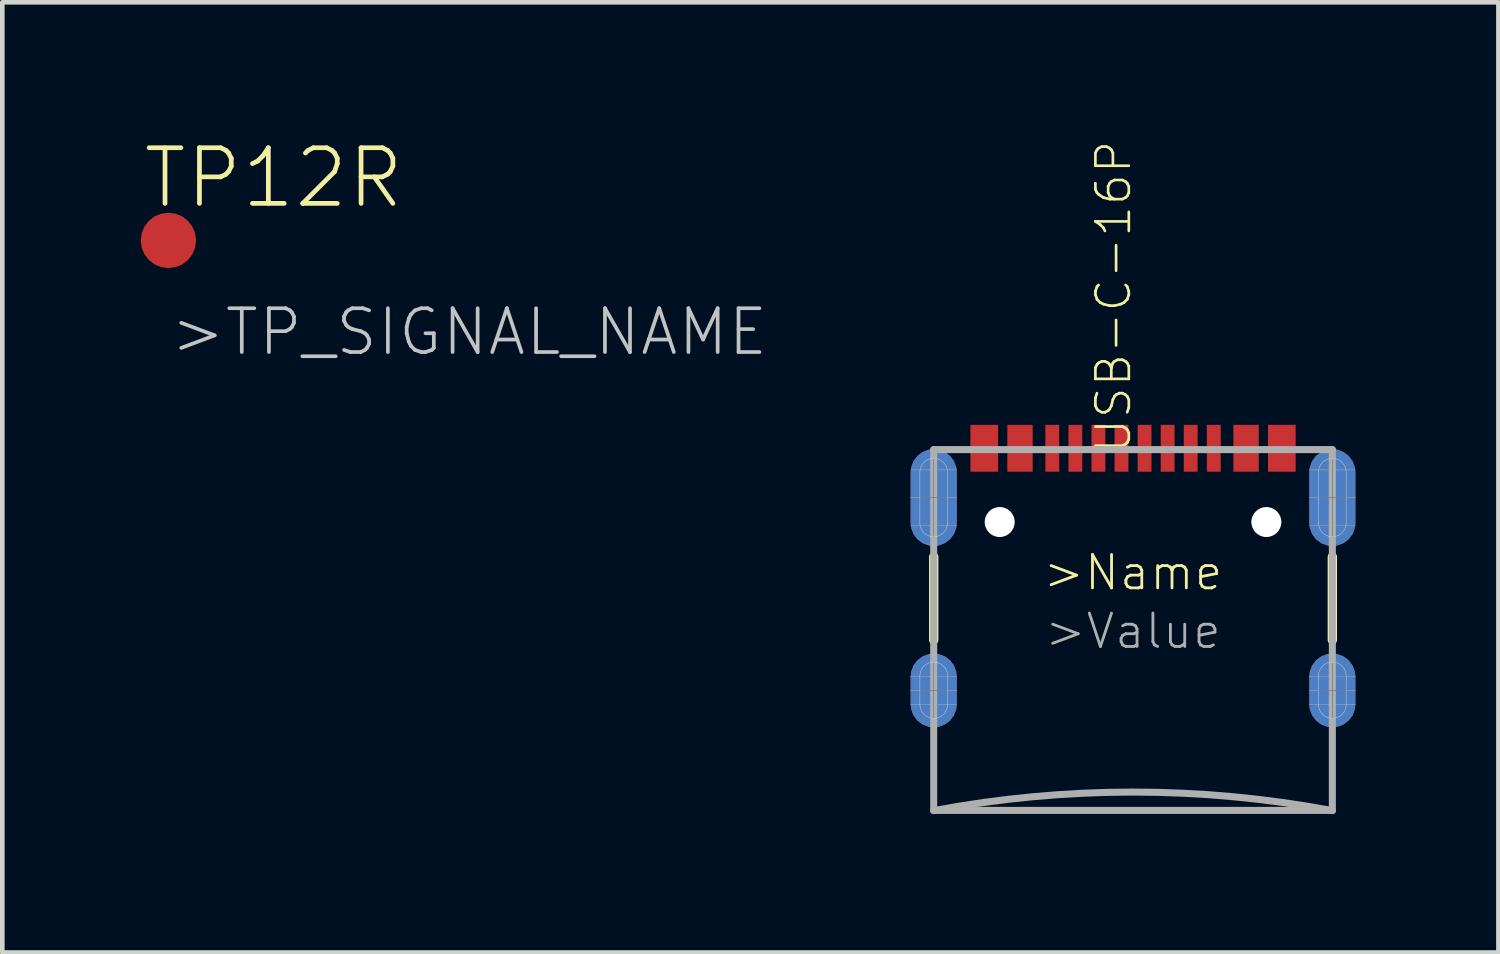
<source format=kicad_pcb>
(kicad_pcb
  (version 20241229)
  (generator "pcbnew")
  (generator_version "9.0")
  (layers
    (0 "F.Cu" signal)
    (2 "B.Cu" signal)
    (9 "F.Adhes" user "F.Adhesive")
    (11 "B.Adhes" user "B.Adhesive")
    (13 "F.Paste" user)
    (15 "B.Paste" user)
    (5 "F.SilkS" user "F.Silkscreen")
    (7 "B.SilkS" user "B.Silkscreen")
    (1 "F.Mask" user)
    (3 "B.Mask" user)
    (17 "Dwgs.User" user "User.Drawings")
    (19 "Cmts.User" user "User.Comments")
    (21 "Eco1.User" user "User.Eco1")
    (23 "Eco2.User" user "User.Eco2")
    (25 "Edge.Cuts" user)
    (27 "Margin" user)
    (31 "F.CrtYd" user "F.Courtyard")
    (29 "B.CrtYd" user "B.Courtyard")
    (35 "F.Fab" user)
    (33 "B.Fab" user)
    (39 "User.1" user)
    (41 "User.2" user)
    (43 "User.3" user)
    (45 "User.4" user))
  (footprint "USB-C-16P"
    (layer "F.Cu")
    (at 21.508 6.82)
    (property "Reference" "USB-C-16P" (at 0 0 90) (layer "F.SilkS") (effects (font (size 0.724 0.724) (thickness 0.058)) (justify left bottom)))
    (attr through_hole)
    (fp_poly (pts (xy -4.92 1.52) (xy -4.92 0.32) (xy -4.885 0.143) (xy -4.796 -0.015) (xy -4.664 -0.138) (xy -4.32 -0.235) (xy -4.14 -0.214) (xy -3.976 -0.138) (xy -3.844 -0.015) (xy -3.755 0.143) (xy -3.72 0.32) (xy -3.72 1.52) (xy -3.757 1.696) (xy -3.846 1.851) (xy -3.978 1.972) (xy -4.32 2.065) (xy -4.498 2.045) (xy -4.662 1.972) (xy -4.794 1.851)) (stroke (width 0) (type solid)) (fill yes) (layer "F.Mask"))
    (fp_poly (pts (xy -4.92 5.4) (xy -4.92 4.8) (xy -4.891 4.614) (xy -4.806 4.445) (xy -4.674 4.312) (xy -4.506 4.225) (xy -4.32 4.195) (xy -4.134 4.225) (xy -3.966 4.312) (xy -3.834 4.445) (xy -3.72 4.8) (xy -3.72 5.4) (xy -3.75 5.585) (xy -3.836 5.751) (xy -3.968 5.882) (xy -4.32 5.995) (xy -4.505 5.967) (xy -4.672 5.882) (xy -4.804 5.751)) (stroke (width 0) (type solid)) (fill yes) (layer "F.Mask"))
    (fp_poly (pts (xy 3.72 1.52) (xy 3.72 0.32) (xy 3.755 0.143) (xy 3.844 -0.015) (xy 3.976 -0.138) (xy 4.32 -0.235) (xy 4.5 -0.214) (xy 4.664 -0.138) (xy 4.796 -0.015) (xy 4.885 0.143) (xy 4.92 0.32) (xy 4.92 1.52) (xy 4.883 1.696) (xy 4.794 1.851) (xy 4.662 1.972) (xy 4.32 2.065) (xy 4.142 2.045) (xy 3.978 1.972) (xy 3.846 1.851)) (stroke (width 0) (type solid)) (fill yes) (layer "F.Mask"))
    (fp_poly (pts (xy 3.72 5.4) (xy 3.72 4.8) (xy 3.749 4.614) (xy 3.834 4.445) (xy 3.966 4.312) (xy 4.134 4.225) (xy 4.32 4.195) (xy 4.506 4.225) (xy 4.674 4.312) (xy 4.806 4.445) (xy 4.92 4.8) (xy 4.92 5.4) (xy 4.89 5.585) (xy 4.804 5.751) (xy 4.672 5.882) (xy 4.32 5.995) (xy 4.135 5.967) (xy 3.968 5.882) (xy 3.836 5.751)) (stroke (width 0) (type solid)) (fill yes) (layer "F.Mask"))
    (fp_poly (pts (xy -4.02 1.465) (xy -4.043 1.58) (xy -4.108 1.677) (xy -4.205 1.742) (xy -4.32 1.765) (xy -4.435 1.742) (xy -4.532 1.677) (xy -4.62 1.465) (xy -4.62 0.365) (xy -4.597 0.25) (xy -4.532 0.153) (xy -4.435 0.088) (xy -4.32 0.065) (xy -4.205 0.088) (xy -4.108 0.153) (xy -4.02 0.365)) (stroke (width 0) (type solid)) (fill yes) (layer "B.Mask"))
    (fp_poly (pts (xy -4.02 5.4) (xy -4.043 5.515) (xy -4.108 5.612) (xy -4.205 5.677) (xy -4.32 5.7) (xy -4.435 5.677) (xy -4.532 5.612) (xy -4.62 5.4) (xy -4.62 4.78) (xy -4.597 4.665) (xy -4.532 4.568) (xy -4.435 4.503) (xy -4.32 4.48) (xy -4.205 4.503) (xy -4.108 4.568) (xy -4.02 4.78)) (stroke (width 0) (type solid)) (fill yes) (layer "B.Mask"))
    (fp_poly (pts (xy 4.02 4.78) (xy 4.02 5.4) (xy 4.043 5.515) (xy 4.108 5.612) (xy 4.205 5.677) (xy 4.32 5.7) (xy 4.435 5.677) (xy 4.532 5.612) (xy 4.62 5.4) (xy 4.62 4.78) (xy 4.597 4.665) (xy 4.532 4.568) (xy 4.435 4.503) (xy 4.32 4.48) (xy 4.205 4.503) (xy 4.108 4.568)) (stroke (width 0) (type solid)) (fill yes) (layer "B.Mask"))
    (fp_poly (pts (xy 4.62 1.465) (xy 4.597 1.58) (xy 4.532 1.677) (xy 4.435 1.742) (xy 4.32 1.765) (xy 4.205 1.742) (xy 4.108 1.677) (xy 4.02 1.465) (xy 4.02 0.365) (xy 4.043 0.25) (xy 4.108 0.153) (xy 4.205 0.088) (xy 4.32 0.065) (xy 4.435 0.088) (xy 4.532 0.153) (xy 4.62 0.365)) (stroke (width 0) (type solid)) (fill yes) (layer "B.Mask"))
    (fp_line (start -4.32 2.2) (end -4.32 4) (stroke (width 0.203) (type solid)) (layer "F.SilkS"))
    (fp_line (start 4.32 2.2) (end 4.32 4) (stroke (width 0.203) (type solid)) (layer "F.SilkS"))
    (fp_poly (pts (xy -4.92 1.52) (xy -4.92 0.32) (xy -4.885 0.143) (xy -4.796 -0.015) (xy -4.664 -0.138) (xy -4.32 -0.235) (xy -4.14 -0.214) (xy -3.976 -0.138) (xy -3.844 -0.015) (xy -3.755 0.143) (xy -3.72 0.32) (xy -3.72 1.52) (xy -3.757 1.696) (xy -3.846 1.851) (xy -3.978 1.972) (xy -4.32 2.065) (xy -4.498 2.045) (xy -4.662 1.972) (xy -4.794 1.851)) (stroke (width 0) (type solid)) (fill yes) (layer "F.Paste"))
    (fp_poly (pts (xy -4.92 5.4) (xy -4.92 4.8) (xy -4.891 4.614) (xy -4.806 4.445) (xy -4.674 4.312) (xy -4.506 4.225) (xy -4.32 4.195) (xy -4.134 4.225) (xy -3.966 4.312) (xy -3.834 4.445) (xy -3.72 4.8) (xy -3.72 5.4) (xy -3.75 5.585) (xy -3.836 5.751) (xy -3.968 5.882) (xy -4.32 5.995) (xy -4.505 5.967) (xy -4.672 5.882) (xy -4.804 5.751)) (stroke (width 0) (type solid)) (fill yes) (layer "F.Paste"))
    (fp_poly (pts (xy 3.72 1.52) (xy 3.72 0.32) (xy 3.755 0.143) (xy 3.844 -0.015) (xy 3.976 -0.138) (xy 4.32 -0.235) (xy 4.5 -0.214) (xy 4.664 -0.138) (xy 4.796 -0.015) (xy 4.885 0.143) (xy 4.92 0.32) (xy 4.92 1.52) (xy 4.883 1.696) (xy 4.794 1.851) (xy 4.662 1.972) (xy 4.32 2.065) (xy 4.142 2.045) (xy 3.978 1.972) (xy 3.846 1.851)) (stroke (width 0) (type solid)) (fill yes) (layer "F.Paste"))
    (fp_poly (pts (xy 3.72 5.4) (xy 3.72 4.8) (xy 3.749 4.614) (xy 3.834 4.445) (xy 3.966 4.312) (xy 4.134 4.225) (xy 4.32 4.195) (xy 4.506 4.225) (xy 4.674 4.312) (xy 4.806 4.445) (xy 4.92 4.8) (xy 4.92 5.4) (xy 4.89 5.585) (xy 4.804 5.751) (xy 4.672 5.882) (xy 4.32 5.995) (xy 4.135 5.967) (xy 3.968 5.882) (xy 3.836 5.751)) (stroke (width 0) (type solid)) (fill yes) (layer "F.Paste"))
    (fp_line (start -4.62 1.465) (end -4.62 0.365) (stroke (width 0.01) (type solid)) (layer "Edge.Cuts"))
    (fp_line (start -4.62 5.4) (end -4.62 4.78) (stroke (width 0.01) (type solid)) (layer "Edge.Cuts"))
    (fp_line (start -4.02 1.465) (end -4.02 0.365) (stroke (width 0.01) (type solid)) (layer "Edge.Cuts"))
    (fp_line (start -4.02 5.4) (end -4.02 4.78) (stroke (width 0.01) (type solid)) (layer "Edge.Cuts"))
    (fp_line (start 4.02 1.465) (end 4.02 0.365) (stroke (width 0.01) (type solid)) (layer "Edge.Cuts"))
    (fp_line (start 4.02 5.4) (end 4.02 4.78) (stroke (width 0.01) (type solid)) (layer "Edge.Cuts"))
    (fp_line (start 4.62 1.465) (end 4.62 0.365) (stroke (width 0.01) (type solid)) (layer "Edge.Cuts"))
    (fp_line (start 4.62 5.4) (end 4.62 4.78) (stroke (width 0.01) (type solid)) (layer "Edge.Cuts"))
    (fp_arc (start -4.62 0.365) (mid -4.32 0.065) (end -4.02 0.365) (stroke (width 0.01) (type solid)) (layer "Edge.Cuts"))
    (fp_arc (start -4.62 4.78) (mid -4.32 4.48) (end -4.02 4.78) (stroke (width 0.01) (type solid)) (layer "Edge.Cuts"))
    (fp_arc (start -4.02 1.465) (mid -4.32 1.765) (end -4.62 1.465) (stroke (width 0.01) (type solid)) (layer "Edge.Cuts"))
    (fp_arc (start -4.02 5.4) (mid -4.32 5.7) (end -4.62 5.4) (stroke (width 0.01) (type solid)) (layer "Edge.Cuts"))
    (fp_arc (start 4.02 0.365) (mid 4.32 0.065) (end 4.62 0.365) (stroke (width 0.01) (type solid)) (layer "Edge.Cuts"))
    (fp_arc (start 4.02 4.78) (mid 4.32 4.48) (end 4.62 4.78) (stroke (width 0.01) (type solid)) (layer "Edge.Cuts"))
    (fp_arc (start 4.62 1.465) (mid 4.32 1.765) (end 4.02 1.465) (stroke (width 0.01) (type solid)) (layer "Edge.Cuts"))
    (fp_arc (start 4.62 5.4) (mid 4.32 5.7) (end 4.02 5.4) (stroke (width 0.01) (type solid)) (layer "Edge.Cuts"))
    (fp_line (start -4.62 0.915) (end -4.02 0.915) (stroke (width 0.01) (type solid)) (layer "B.Fab"))
    (fp_line (start -4.62 5.095) (end -4.02 5.095) (stroke (width 0.01) (type solid)) (layer "B.Fab"))
    (fp_line (start -4.32 0.065) (end -4.32 1.765) (stroke (width 0.01) (type solid)) (layer "B.Fab"))
    (fp_line (start -4.32 4.495) (end -4.32 5.695) (stroke (width 0.01) (type solid)) (layer "B.Fab"))
    (fp_line (start 4.02 0.915) (end 4.62 0.915) (stroke (width 0.01) (type solid)) (layer "B.Fab"))
    (fp_line (start 4.02 5.095) (end 4.62 5.095) (stroke (width 0.01) (type solid)) (layer "B.Fab"))
    (fp_line (start 4.32 0.065) (end 4.32 1.765) (stroke (width 0.01) (type solid)) (layer "B.Fab"))
    (fp_line (start 4.32 4.495) (end 4.32 5.695) (stroke (width 0.01) (type solid)) (layer "B.Fab"))
    (fp_line (start -4.82 0.315) (end -3.82 0.315) (stroke (width 0.01) (type solid)) (layer "F.Fab"))
    (fp_line (start -4.82 0.915) (end -3.82 0.915) (stroke (width 0.01) (type solid)) (layer "F.Fab"))
    (fp_line (start -4.82 1.515) (end -3.82 1.515) (stroke (width 0.01) (type solid)) (layer "F.Fab"))
    (fp_line (start -4.82 4.795) (end -3.82 4.795) (stroke (width 0.01) (type solid)) (layer "F.Fab"))
    (fp_line (start -4.82 5.095) (end -3.82 5.095) (stroke (width 0.01) (type solid)) (layer "F.Fab"))
    (fp_line (start -4.82 5.395) (end -3.82 5.395) (stroke (width 0.01) (type solid)) (layer "F.Fab"))
    (fp_line (start -4.32 -0.135) (end -4.32 -0.125) (stroke (width 0.01) (type solid)) (layer "F.Fab"))
    (fp_line (start -4.32 -0.125) (end -4.32 1.965) (stroke (width 0.01) (type solid)) (layer "F.Fab"))
    (fp_line (start -4.32 -0.125) (end 4.32 -0.125) (stroke (width 0.152) (type solid)) (layer "F.Fab"))
    (fp_line (start -4.32 4.295) (end -4.32 5.895) (stroke (width 0.01) (type solid)) (layer "F.Fab"))
    (fp_line (start -4.32 7.695) (end -4.32 -0.125) (stroke (width 0.152) (type solid)) (layer "F.Fab"))
    (fp_line (start -4.32 7.695) (end 4.32 7.695) (stroke (width 0.152) (type solid)) (layer "F.Fab"))
    (fp_line (start 3.82 0.315) (end 4.82 0.315) (stroke (width 0.01) (type solid)) (layer "F.Fab"))
    (fp_line (start 3.82 0.915) (end 4.82 0.915) (stroke (width 0.01) (type solid)) (layer "F.Fab"))
    (fp_line (start 3.82 1.515) (end 4.82 1.515) (stroke (width 0.01) (type solid)) (layer "F.Fab"))
    (fp_line (start 3.82 4.795) (end 4.82 4.795) (stroke (width 0.01) (type solid)) (layer "F.Fab"))
    (fp_line (start 3.82 5.095) (end 4.82 5.095) (stroke (width 0.01) (type solid)) (layer "F.Fab"))
    (fp_line (start 3.82 5.395) (end 4.82 5.395) (stroke (width 0.01) (type solid)) (layer "F.Fab"))
    (fp_line (start 4.32 -0.135) (end 4.32 -0.125) (stroke (width 0.01) (type solid)) (layer "F.Fab"))
    (fp_line (start 4.32 -0.125) (end 4.32 1.965) (stroke (width 0.01) (type solid)) (layer "F.Fab"))
    (fp_line (start 4.32 -0.125) (end 4.32 7.695) (stroke (width 0.152) (type solid)) (layer "F.Fab"))
    (fp_line (start 4.32 4.295) (end 4.32 5.895) (stroke (width 0.01) (type solid)) (layer "F.Fab"))
    (fp_arc (start -4.32 7.7) (mid 0 7.297675) (end 4.32 7.7) (stroke (width 0.1524) (type solid)) (layer "F.Fab"))
    (fp_text user ">Name" (at 0 2.54 0) (layer "F.SilkS") (effects (font (size 0.724 0.724) (thickness 0.061))))
    (fp_text user ">Value" (at 0 3.81 0) (layer "F.Fab") (effects (font (size 0.724 0.724) (thickness 0.061))))
    (pad "" np_thru_hole circle (at -2.89 1.445) (size 0.65 0.65) (drill 0.65) (layers "*.Cu" "*.Mask"))
    (pad "" np_thru_hole circle (at 2.89 1.445) (size 0.65 0.65) (drill 0.65) (layers "*.Cu" "*.Mask"))
    (pad "A5" smd rect (at -1.25 -0.154 180) (size 0.3 1.016) (layers "F.Cu" "F.Mask" "F.Paste"))
    (pad "A6" smd rect (at -0.25 -0.154 180) (size 0.3 1.016) (layers "F.Cu" "F.Mask" "F.Paste"))
    (pad "A7" smd rect (at 0.25 -0.154) (size 0.3 1.016) (layers "F.Cu" "F.Mask" "F.Paste"))
    (pad "A8" smd rect (at 1.25 -0.154) (size 0.3 1.016) (layers "F.Cu" "F.Mask" "F.Paste"))
    (pad "B5" smd rect (at 1.75 -0.154) (size 0.3 1.016) (layers "F.Cu" "F.Mask" "F.Paste"))
    (pad "B6" smd rect (at 0.75 -0.154) (size 0.3 1.016) (layers "F.Cu" "F.Mask" "F.Paste"))
    (pad "B7" smd rect (at -0.75 -0.154 180) (size 0.3 1.016) (layers "F.Cu" "F.Mask" "F.Paste"))
    (pad "B8" smd rect (at -1.75 -0.154 180) (size 0.3 1.016) (layers "F.Cu" "F.Mask" "F.Paste"))
    (pad "GND" smd rect (at -3.225 -0.154 180) (size 0.6 1.016) (layers "F.Cu" "F.Mask" "F.Paste"))
    (pad "GND2" smd rect (at 3.225 -0.154) (size 0.6 1.016) (layers "F.Cu" "F.Mask" "F.Paste"))
    (pad "SHLD1" smd roundrect (at -4.32 0.915 180) (size 1 2.1) (layers "F.Cu" "F.Mask") (roundrect_rratio 0.5))
    (pad "SHLD2" smd roundrect (at 4.32 0.915 180) (size 1 2.1) (layers "F.Cu" "F.Mask") (roundrect_rratio 0.5))
    (pad "SHLD3" smd roundrect (at -4.32 0.915) (size 1 2.1) (layers "B.Cu" "B.Mask") (roundrect_rratio 0.5))
    (pad "SHLD4" smd roundrect (at 4.32 0.915) (size 1 2.1) (layers "B.Cu" "B.Mask") (roundrect_rratio 0.5))
    (pad "SHLD5" smd roundrect (at -4.32 5.095 180) (size 1 1.6) (layers "F.Cu" "F.Mask") (roundrect_rratio 0.5))
    (pad "SHLD6" smd roundrect (at -4.32 5.095) (size 1 1.6) (layers "B.Cu" "B.Mask") (roundrect_rratio 0.5))
    (pad "SHLD7" smd roundrect (at 4.32 5.095) (size 1 1.6) (layers "B.Cu" "B.Mask") (roundrect_rratio 0.5))
    (pad "SHLD8" smd roundrect (at 4.32 5.095 180) (size 1 1.6) (layers "F.Cu" "F.Mask") (roundrect_rratio 0.5))
    (pad "VBUS1" smd rect (at -2.45 -0.154 180) (size 0.55 1.016) (layers "F.Cu" "F.Mask" "F.Paste"))
    (pad "VBUS2" smd rect (at 2.45 -0.154) (size 0.55 1.016) (layers "F.Cu" "F.Mask" "F.Paste")))
  (footprint "TP12R"
    (layer "F.Cu")
    (at 0.6 2.161)
    (property "Reference" "TP12R" (at -0.6 -0.65 0) (layer "F.SilkS") (effects (font (size 1.206 1.206) (thickness 0.102)) (justify left bottom)))
    (attr through_hole)
    (fp_text user ">TP_SIGNAL_NAME" (at 0 2.54 0) (layer "Dwgs.User") (effects (font (size 0.95 0.95) (thickness 0.08)) (justify left bottom)))
    (pad "TP" smd roundrect (at 0 0) (size 1.2 1.2) (layers "F.Cu" "F.Mask") (roundrect_rratio 0.5)))
  (gr_rect
    (start -3 -3)
    (end 29.428 17.596)
    (stroke (width 0.1) (type default))
    (fill no)
    (layer "Edge.Cuts")))
</source>
